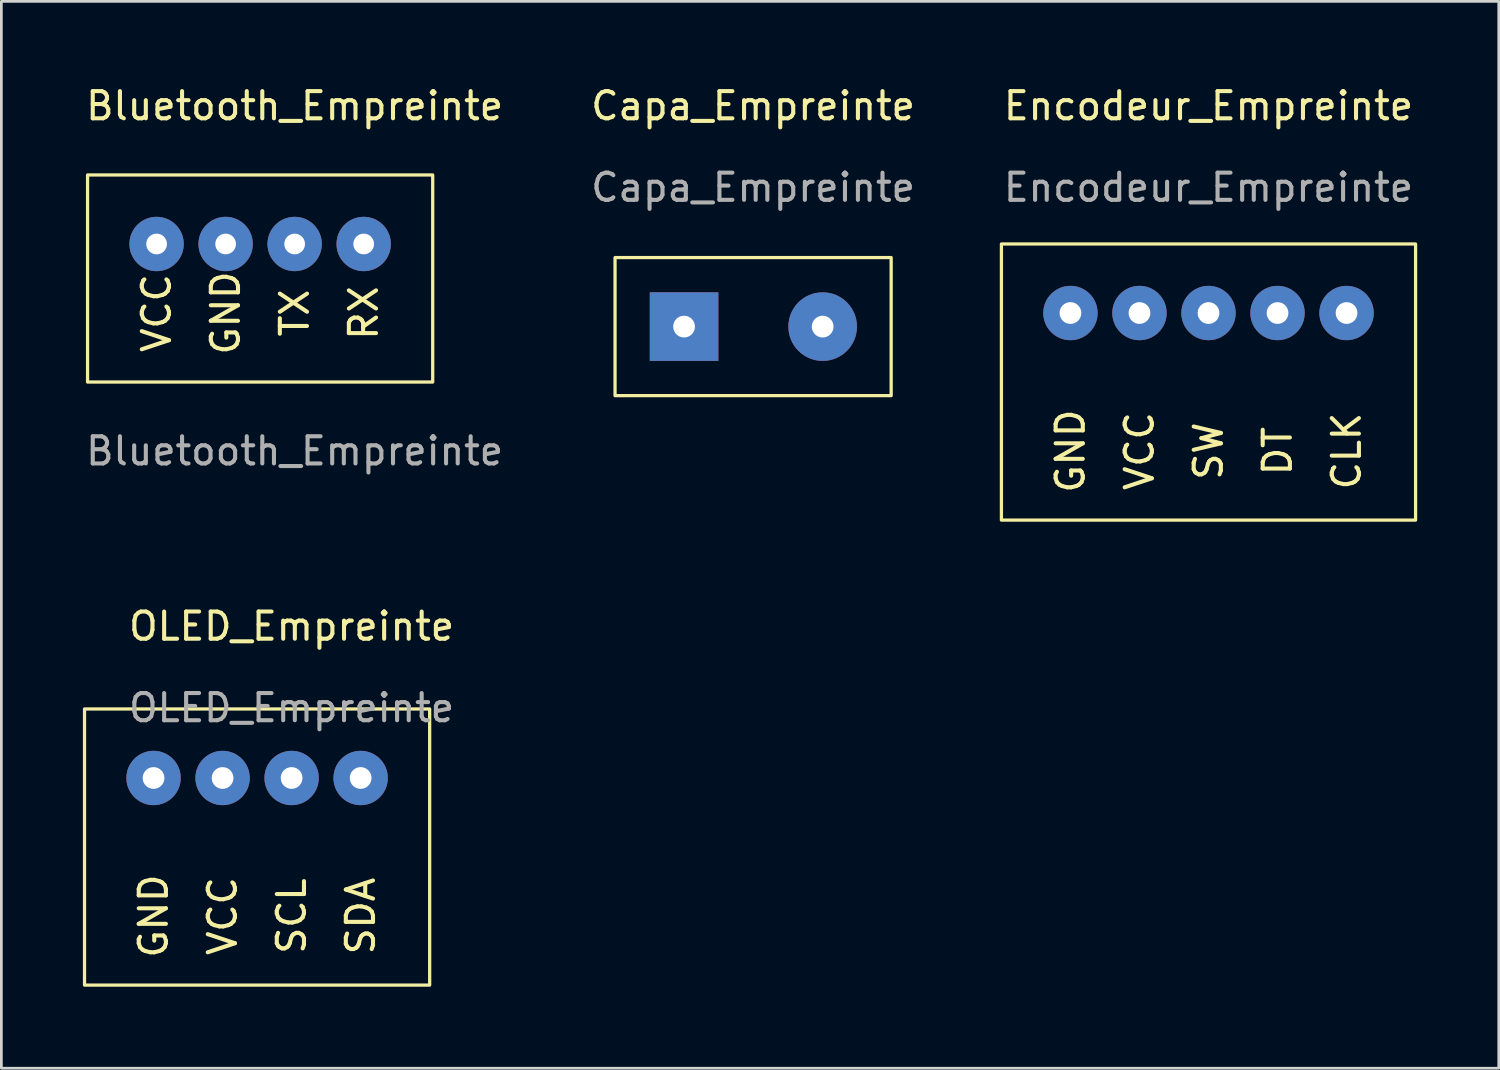
<source format=kicad_pcb>
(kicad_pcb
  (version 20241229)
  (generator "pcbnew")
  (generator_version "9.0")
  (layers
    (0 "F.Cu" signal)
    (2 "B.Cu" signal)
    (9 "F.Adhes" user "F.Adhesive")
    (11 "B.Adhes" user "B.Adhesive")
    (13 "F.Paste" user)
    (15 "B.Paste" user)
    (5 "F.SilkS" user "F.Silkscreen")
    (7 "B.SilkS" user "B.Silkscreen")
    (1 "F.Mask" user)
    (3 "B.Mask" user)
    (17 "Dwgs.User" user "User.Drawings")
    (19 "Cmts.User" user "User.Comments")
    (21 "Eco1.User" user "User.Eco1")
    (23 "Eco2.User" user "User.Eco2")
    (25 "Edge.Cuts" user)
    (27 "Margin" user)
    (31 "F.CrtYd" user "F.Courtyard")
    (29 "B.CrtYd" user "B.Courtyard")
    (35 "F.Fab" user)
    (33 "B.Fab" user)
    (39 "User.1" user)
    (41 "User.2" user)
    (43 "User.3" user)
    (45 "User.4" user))
  (footprint "Encodeur_Empreinte"
    (layer "F.Cu")
    (at 43.958 5.928)
    (property "Reference" "Encodeur_Empreinte" (at -2.54 -5.08 0) (unlocked yes) (layer "F.SilkS") (effects (font (size 1 1) (thickness 0.15))))
    (attr through_hole)
    (fp_rect (start -10.16 0) (end 5.08 10.16) (stroke (width 0.12) (type solid)) (fill no) (layer "F.SilkS"))
    (fp_text user "SW" (at -2.54 7.62 90) (unlocked yes) (layer "F.SilkS") (effects (font (size 1 1) (thickness 0.15))))
    (fp_text user "GND" (at -7.62 7.62 90) (unlocked yes) (layer "F.SilkS") (effects (font (size 1 1) (thickness 0.15))))
    (fp_text user "DT" (at 0 7.62 90) (unlocked yes) (layer "F.SilkS") (effects (font (size 1 1) (thickness 0.15))))
    (fp_text user "CLK" (at 2.54 7.62 90) (unlocked yes) (layer "F.SilkS") (effects (font (size 1 1) (thickness 0.15))))
    (fp_text user "VCC" (at -5.08 7.62 90) (unlocked yes) (layer "F.SilkS") (effects (font (size 1 1) (thickness 0.15))))
    (fp_text user "${REFERENCE}" (at -2.54 -2.08 0) (unlocked yes) (layer "F.Fab") (effects (font (size 1 1) (thickness 0.15))))
    (pad "1" thru_hole circle (at -7.62 2.54) (size 2 2) (drill 0.8) (layers "*.Cu" "*.Mask"))
    (pad "2" thru_hole circle (at -5.08 2.54) (size 2 2) (drill 0.8) (layers "*.Cu" "*.Mask"))
    (pad "3" thru_hole circle (at -2.54 2.54) (size 2 2) (drill 0.8) (layers "*.Cu" "*.Mask"))
    (pad "4" thru_hole circle (at 0 2.54) (size 2 2) (drill 0.8) (layers "*.Cu" "*.Mask"))
    (pad "5" thru_hole circle (at 2.54 2.54) (size 2 2) (drill 0.8) (layers "*.Cu" "*.Mask")))
  (footprint "Capa_Empreinte"
    (layer "F.Cu")
    (at 24.661 1.348)
    (property "Reference" "Capa_Empreinte" (at 0 -0.5 0) (unlocked yes) (layer "F.SilkS") (effects (font (size 1 1) (thickness 0.15))))
    (attr through_hole)
    (fp_rect (start -5.08 5.08) (end 5.08 10.16) (stroke (width 0.12) (type solid)) (fill no) (layer "F.SilkS"))
    (fp_text user "${REFERENCE}" (at 0 2.5 0) (unlocked yes) (layer "F.Fab") (effects (font (size 1 1) (thickness 0.15))))
    (pad "1" thru_hole rect (at -2.54 7.62) (size 2.524 2.524) (drill 0.8) (layers "*.Cu" "*.Mask"))
    (pad "2" thru_hole circle (at 2.56 7.62) (size 2.524 2.524) (drill 0.8) (layers "*.Cu" "*.Mask")))
  (footprint "OLED_Empreinte"
    (layer "F.Cu")
    (at 10.22 20.497)
    (property "Reference" "OLED_Empreinte" (at -2.54 -0.5 0) (unlocked yes) (layer "F.SilkS") (effects (font (size 1 1) (thickness 0.15))))
    (attr through_hole)
    (fp_rect (start -10.16 2.54) (end 2.54 12.7) (stroke (width 0.12) (type solid)) (fill no) (layer "F.SilkS"))
    (fp_text user "SCL" (at -2.54 10.16 90) (unlocked yes) (layer "F.SilkS") (effects (font (size 1 1) (thickness 0.15))))
    (fp_text user "SDA" (at 0 10.16 90) (unlocked yes) (layer "F.SilkS") (effects (font (size 1 1) (thickness 0.15))))
    (fp_text user "VCC" (at -5.08 10.16 90) (unlocked yes) (layer "F.SilkS") (effects (font (size 1 1) (thickness 0.15))))
    (fp_text user "GND" (at -7.62 10.16 90) (unlocked yes) (layer "F.SilkS") (effects (font (size 1 1) (thickness 0.15))))
    (fp_text user "${REFERENCE}" (at -2.54 2.5 0) (unlocked yes) (layer "F.Fab") (effects (font (size 1 1) (thickness 0.15))))
    (pad "1" thru_hole circle (at -7.62 5.08) (size 2 2) (drill 0.8) (layers "*.Cu" "*.Mask"))
    (pad "2" thru_hole circle (at -5.08 5.08) (size 2 2) (drill 0.8) (layers "*.Cu" "*.Mask"))
    (pad "3" thru_hole circle (at -2.54 5.08) (size 2 2) (drill 0.8) (layers "*.Cu" "*.Mask"))
    (pad "4" thru_hole circle (at 0 5.08) (size 2 2) (drill 0.8) (layers "*.Cu" "*.Mask")))
  (footprint "Bluetooth_Empreinte"
    (layer "F.Cu")
    (at 5.252 3.388)
    (property "Reference" "Bluetooth_Empreinte" (at 2.54 -2.54 0) (unlocked yes) (layer "F.SilkS") (effects (font (size 1 1) (thickness 0.15))))
    (attr through_hole)
    (fp_rect (start -5.08 0) (end 7.62 7.62) (stroke (width 0.12) (type solid)) (fill no) (layer "F.SilkS"))
    (fp_text user "TX" (at 2.54 5.08 90) (unlocked yes) (layer "F.SilkS") (effects (font (size 1 1) (thickness 0.15))))
    (fp_text user "VCC" (at -2.54 5.08 90) (unlocked yes) (layer "F.SilkS") (effects (font (size 1 1) (thickness 0.15))))
    (fp_text user "RX" (at 5.08 5.08 90) (unlocked yes) (layer "F.SilkS") (effects (font (size 1 1) (thickness 0.15))))
    (fp_text user "GND" (at 0 5.08 90) (unlocked yes) (layer "F.SilkS") (effects (font (size 1 1) (thickness 0.15))))
    (fp_text user "${REFERENCE}" (at 2.54 10.16 0) (unlocked yes) (layer "F.Fab") (effects (font (size 1 1) (thickness 0.15))))
    (pad "1" thru_hole circle (at -2.54 2.54) (size 2 2) (drill 0.762) (layers "*.Cu" "*.Mask"))
    (pad "2" thru_hole circle (at 0 2.54) (size 2 2) (drill 0.762) (layers "*.Cu" "*.Mask"))
    (pad "3" thru_hole circle (at 2.54 2.54) (size 2 2) (drill 0.762) (layers "*.Cu" "*.Mask"))
    (pad "4" thru_hole circle (at 5.08 2.54) (size 2 2) (drill 0.762) (layers "*.Cu" "*.Mask")))
  (gr_rect
    (start -3 -3)
    (end 52.098 36.257)
    (stroke (width 0.1) (type default))
    (fill no)
    (layer "Edge.Cuts")))
</source>
